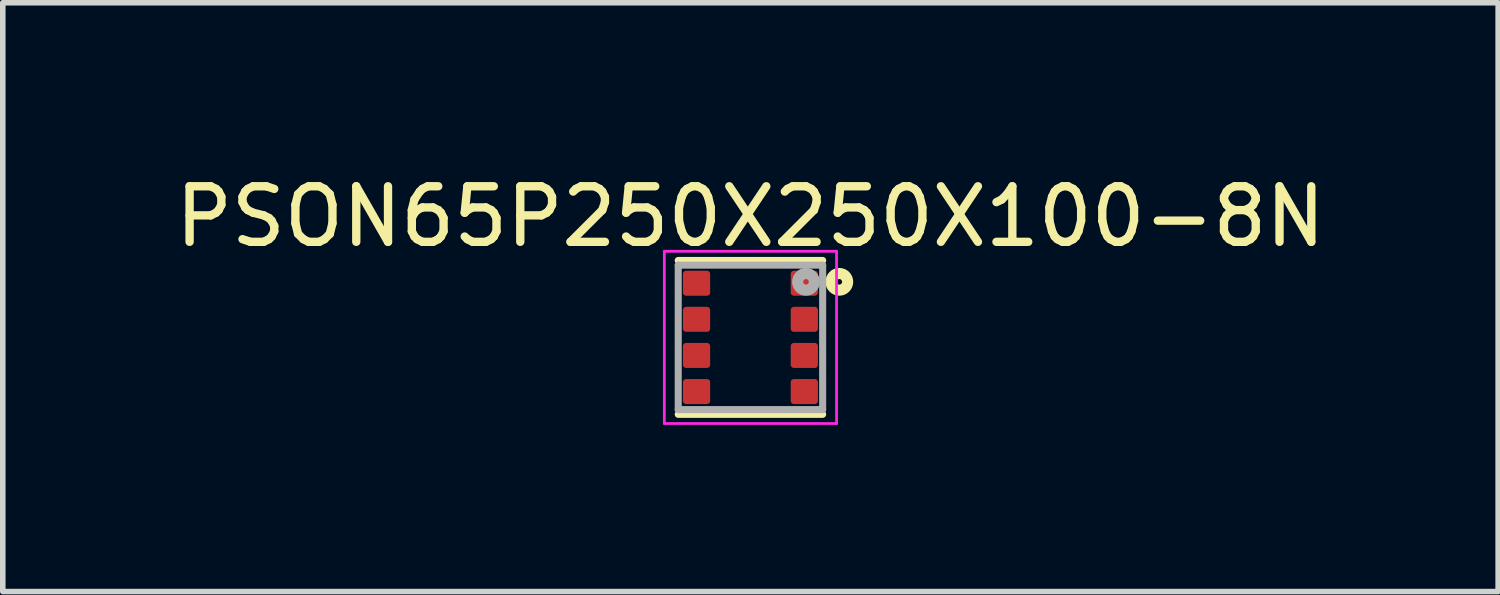
<source format=kicad_pcb>
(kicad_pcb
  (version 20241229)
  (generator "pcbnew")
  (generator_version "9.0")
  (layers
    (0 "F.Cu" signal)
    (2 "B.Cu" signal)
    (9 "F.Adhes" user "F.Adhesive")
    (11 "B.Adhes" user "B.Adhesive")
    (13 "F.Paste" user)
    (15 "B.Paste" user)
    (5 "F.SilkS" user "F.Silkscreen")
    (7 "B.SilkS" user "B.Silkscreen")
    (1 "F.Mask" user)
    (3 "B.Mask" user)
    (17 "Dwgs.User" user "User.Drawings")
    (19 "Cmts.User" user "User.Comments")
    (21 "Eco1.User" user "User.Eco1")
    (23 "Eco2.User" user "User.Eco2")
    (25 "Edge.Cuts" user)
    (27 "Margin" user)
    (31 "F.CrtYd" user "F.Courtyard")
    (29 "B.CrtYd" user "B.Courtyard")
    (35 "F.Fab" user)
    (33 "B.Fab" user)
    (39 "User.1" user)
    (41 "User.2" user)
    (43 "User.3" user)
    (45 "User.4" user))
  (footprint "PSON65P250X250X100-8N"
    (layer "F.Cu")
    (at 10.458 3.023)
    (property "Reference" "PSON65P250X250X100-8N" (at 0 -2.175 0) (layer "F.SilkS") (effects (font (size 1 1) (thickness 0.15))))
    (attr smd)
    (fp_line (start -1.3 -1.385) (end 1.3 -1.385) (stroke (width 0.127) (type solid)) (layer "F.SilkS"))
    (fp_line (start -1.3 1.385) (end 1.3 1.385) (stroke (width 0.127) (type solid)) (layer "F.SilkS"))
    (fp_circle (center 1.6 -1) (end 1.65 -1) (stroke (width 0.2) (type solid)) (fill no) (layer "F.SilkS"))
    (fp_line (start -1.55 -1.55) (end 1.55 -1.55) (stroke (width 0.05) (type solid)) (layer "F.CrtYd"))
    (fp_line (start -1.55 1.55) (end -1.55 -1.55) (stroke (width 0.05) (type solid)) (layer "F.CrtYd"))
    (fp_line (start 1.55 -1.55) (end 1.55 1.55) (stroke (width 0.05) (type solid)) (layer "F.CrtYd"))
    (fp_line (start 1.55 1.55) (end -1.55 1.55) (stroke (width 0.05) (type solid)) (layer "F.CrtYd"))
    (fp_line (start -1.3 -1.3) (end -1.3 1.3) (stroke (width 0.127) (type solid)) (layer "F.Fab"))
    (fp_line (start -1.3 1.3) (end 1.3 1.3) (stroke (width 0.127) (type solid)) (layer "F.Fab"))
    (fp_line (start 1.3 -1.3) (end -1.3 -1.3) (stroke (width 0.127) (type solid)) (layer "F.Fab"))
    (fp_line (start 1.3 1.3) (end 1.3 -1.3) (stroke (width 0.127) (type solid)) (layer "F.Fab"))
    (fp_circle (center 1 -1) (end 1.05 -1) (stroke (width 0.2) (type solid)) (fill no) (layer "F.Fab"))
    (pad "1" smd roundrect (at 0.97 -0.975) (size 0.49 0.45) (layers "F.Cu" "F.Mask" "F.Paste") (roundrect_rratio 0.125))
    (pad "2" smd roundrect (at 0.97 -0.325) (size 0.49 0.45) (layers "F.Cu" "F.Mask" "F.Paste") (roundrect_rratio 0.125))
    (pad "3" smd roundrect (at 0.97 0.325) (size 0.49 0.45) (layers "F.Cu" "F.Mask" "F.Paste") (roundrect_rratio 0.125))
    (pad "4" smd roundrect (at 0.97 0.975) (size 0.49 0.45) (layers "F.Cu" "F.Mask" "F.Paste") (roundrect_rratio 0.125))
    (pad "5" smd roundrect (at -0.97 0.975) (size 0.49 0.45) (layers "F.Cu" "F.Mask" "F.Paste") (roundrect_rratio 0.125))
    (pad "6" smd roundrect (at -0.97 0.325) (size 0.49 0.45) (layers "F.Cu" "F.Mask" "F.Paste") (roundrect_rratio 0.125))
    (pad "7" smd roundrect (at -0.97 -0.325) (size 0.49 0.45) (layers "F.Cu" "F.Mask" "F.Paste") (roundrect_rratio 0.125))
    (pad "8" smd roundrect (at -0.97 -0.975) (size 0.49 0.45) (layers "F.Cu" "F.Mask" "F.Paste") (roundrect_rratio 0.125)))
  (gr_rect
    (start -3 -3)
    (end 23.917 7.598)
    (stroke (width 0.1) (type default))
    (fill no)
    (layer "Edge.Cuts")))
</source>
